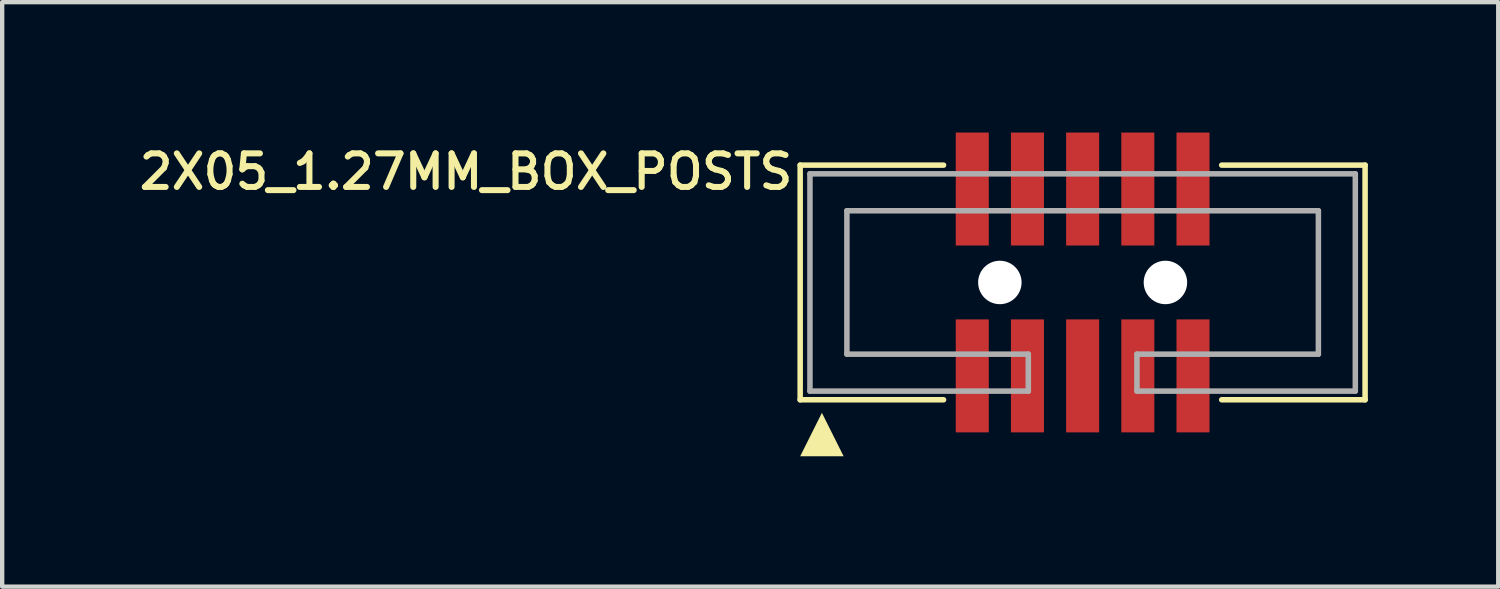
<source format=kicad_pcb>
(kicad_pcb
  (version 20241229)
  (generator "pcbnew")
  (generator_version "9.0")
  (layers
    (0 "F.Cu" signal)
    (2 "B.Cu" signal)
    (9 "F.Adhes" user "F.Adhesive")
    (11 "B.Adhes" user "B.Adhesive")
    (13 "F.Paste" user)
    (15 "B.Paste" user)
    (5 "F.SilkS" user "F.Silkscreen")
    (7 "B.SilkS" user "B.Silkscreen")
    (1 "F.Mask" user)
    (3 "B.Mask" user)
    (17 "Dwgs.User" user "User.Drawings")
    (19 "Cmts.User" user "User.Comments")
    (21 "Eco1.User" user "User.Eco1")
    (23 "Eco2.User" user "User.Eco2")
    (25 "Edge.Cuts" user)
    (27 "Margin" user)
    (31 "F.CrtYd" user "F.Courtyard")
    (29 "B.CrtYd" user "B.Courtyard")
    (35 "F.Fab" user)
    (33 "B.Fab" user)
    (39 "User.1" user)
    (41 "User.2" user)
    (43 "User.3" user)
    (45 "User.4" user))
  (footprint "2X05_1.27MM_BOX_POSTS"
    (layer "F.Cu")
    (at 21.864 3.45)
    (property "Reference" "2X05_1.27MM_BOX_POSTS" (at -6.6 -3 180) (layer "F.SilkS") (effects (font (size 0.772 0.772) (thickness 0.139)) (justify right top)))
    (attr through_hole)
    (fp_line (start -6.5 -2.7) (end -6.5 2.7) (stroke (width 0.127) (type solid)) (layer "F.SilkS"))
    (fp_line (start -6.5 2.7) (end -3.2 2.7) (stroke (width 0.127) (type solid)) (layer "F.SilkS"))
    (fp_line (start -3.2 -2.7) (end -6.5 -2.7) (stroke (width 0.127) (type solid)) (layer "F.SilkS"))
    (fp_line (start 3.2 -2.7) (end 6.5 -2.7) (stroke (width 0.127) (type solid)) (layer "F.SilkS"))
    (fp_line (start 6.5 -2.7) (end 6.5 2.7) (stroke (width 0.127) (type solid)) (layer "F.SilkS"))
    (fp_line (start 6.5 2.7) (end 3.2 2.7) (stroke (width 0.127) (type solid)) (layer "F.SilkS"))
    (fp_poly (pts (xy -6.5 4) (xy -5.5 4) (xy -6 3)) (stroke (width 0) (type solid)) (fill yes) (layer "F.SilkS"))
    (fp_line (start -6.275 -2.5) (end 6.275 -2.5) (stroke (width 0.127) (type solid)) (layer "F.Fab"))
    (fp_line (start -6.275 2.5) (end -6.275 -2.5) (stroke (width 0.127) (type solid)) (layer "F.Fab"))
    (fp_line (start -5.425 -1.65) (end 5.425 -1.65) (stroke (width 0.127) (type solid)) (layer "F.Fab"))
    (fp_line (start -5.425 1.65) (end -5.425 -1.65) (stroke (width 0.127) (type solid)) (layer "F.Fab"))
    (fp_line (start -1.25 1.65) (end -5.425 1.65) (stroke (width 0.127) (type solid)) (layer "F.Fab"))
    (fp_line (start -1.25 1.65) (end -1.25 2.5) (stroke (width 0.127) (type solid)) (layer "F.Fab"))
    (fp_line (start -1.25 2.5) (end -6.275 2.5) (stroke (width 0.127) (type solid)) (layer "F.Fab"))
    (fp_line (start 1.25 1.65) (end 1.25 2.5) (stroke (width 0.127) (type solid)) (layer "F.Fab"))
    (fp_line (start 5.425 -1.65) (end 5.425 1.65) (stroke (width 0.127) (type solid)) (layer "F.Fab"))
    (fp_line (start 5.425 1.65) (end 1.25 1.65) (stroke (width 0.127) (type solid)) (layer "F.Fab"))
    (fp_line (start 6.275 -2.5) (end 6.275 2.5) (stroke (width 0.127) (type solid)) (layer "F.Fab"))
    (fp_line (start 6.275 2.5) (end 1.25 2.5) (stroke (width 0.127) (type solid)) (layer "F.Fab"))
    (pad "" np_thru_hole circle (at -1.905 0) (size 1 1) (drill 1) (layers "*.Cu" "*.Mask"))
    (pad "" np_thru_hole circle (at 1.905 0) (size 1 1) (drill 1) (layers "*.Cu" "*.Mask"))
    (pad "1" smd rect (at -2.54 2.15) (size 0.76 2.6) (layers "F.Cu" "F.Mask" "F.Paste"))
    (pad "2" smd rect (at -2.54 -2.15) (size 0.76 2.6) (layers "F.Cu" "F.Mask" "F.Paste"))
    (pad "3" smd rect (at -1.27 2.15) (size 0.76 2.6) (layers "F.Cu" "F.Mask" "F.Paste"))
    (pad "4" smd rect (at -1.27 -2.15) (size 0.76 2.6) (layers "F.Cu" "F.Mask" "F.Paste"))
    (pad "5" smd rect (at 0 2.15) (size 0.76 2.6) (layers "F.Cu" "F.Mask" "F.Paste"))
    (pad "6" smd rect (at 0 -2.15) (size 0.76 2.6) (layers "F.Cu" "F.Mask" "F.Paste"))
    (pad "7" smd rect (at 1.27 2.15) (size 0.76 2.6) (layers "F.Cu" "F.Mask" "F.Paste"))
    (pad "8" smd rect (at 1.27 -2.15) (size 0.76 2.6) (layers "F.Cu" "F.Mask" "F.Paste"))
    (pad "9" smd rect (at 2.54 2.15) (size 0.76 2.6) (layers "F.Cu" "F.Mask" "F.Paste"))
    (pad "10" smd rect (at 2.54 -2.15) (size 0.76 2.6) (layers "F.Cu" "F.Mask" "F.Paste")))
  (gr_rect
    (start -3 -3)
    (end 31.428 10.45)
    (stroke (width 0.1) (type default))
    (fill no)
    (layer "Edge.Cuts")))
</source>
